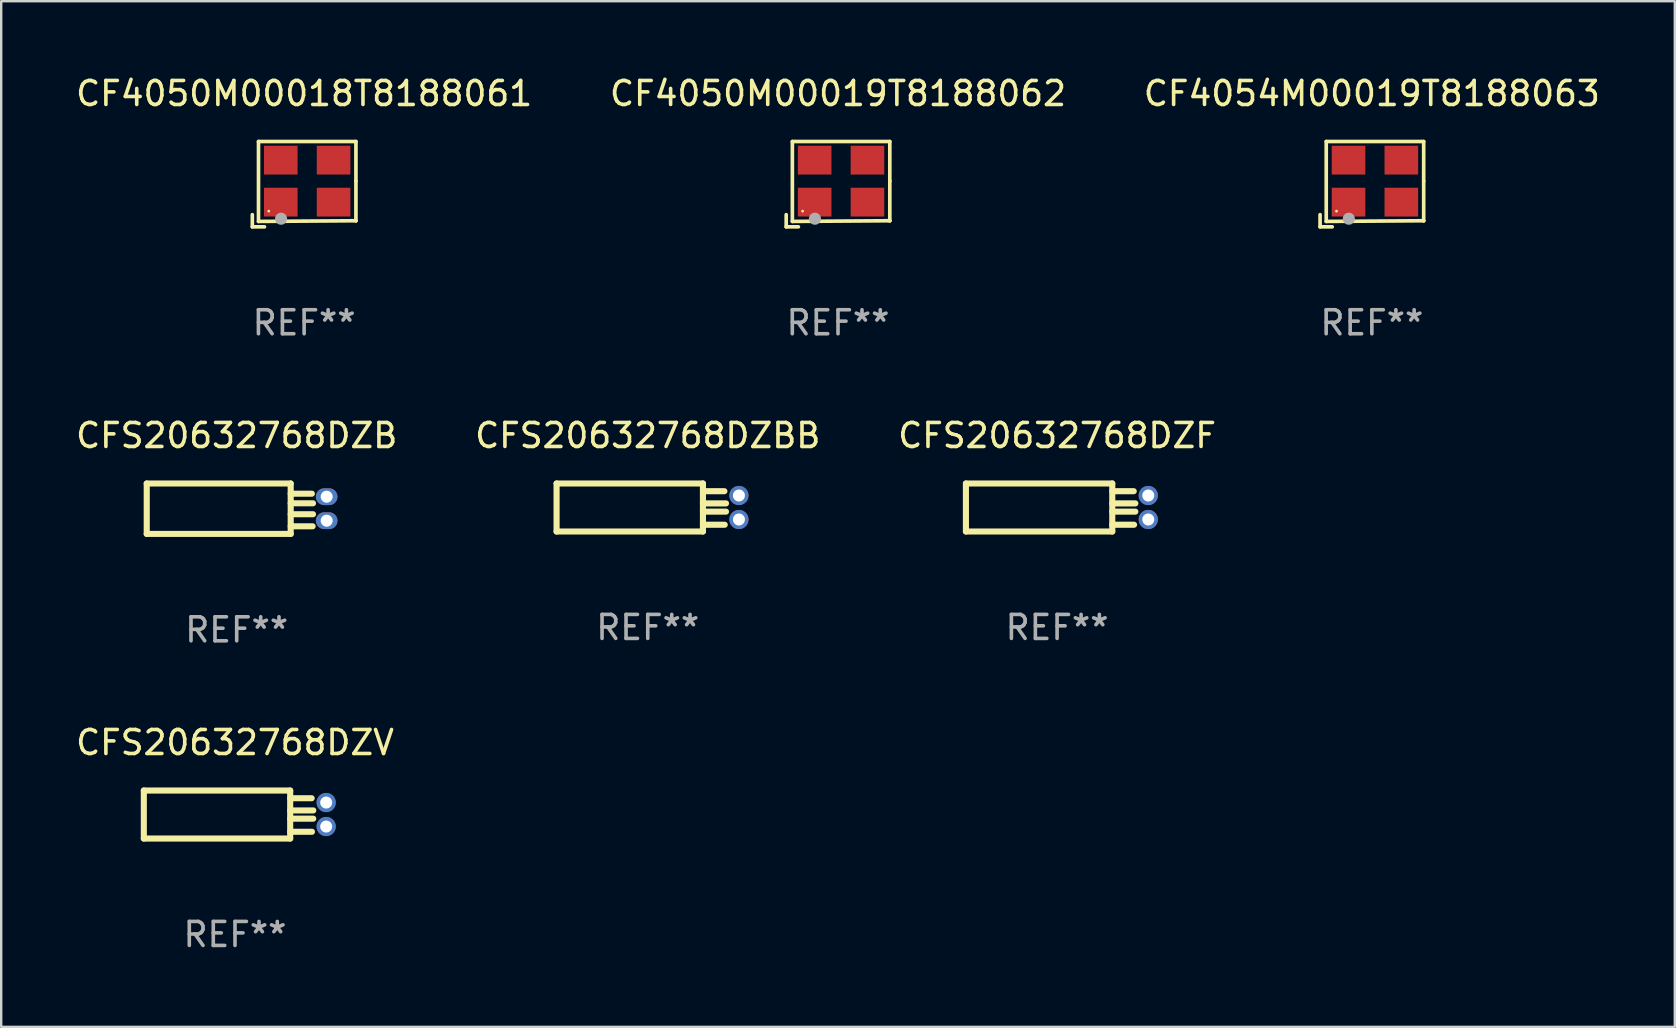
<source format=kicad_pcb>
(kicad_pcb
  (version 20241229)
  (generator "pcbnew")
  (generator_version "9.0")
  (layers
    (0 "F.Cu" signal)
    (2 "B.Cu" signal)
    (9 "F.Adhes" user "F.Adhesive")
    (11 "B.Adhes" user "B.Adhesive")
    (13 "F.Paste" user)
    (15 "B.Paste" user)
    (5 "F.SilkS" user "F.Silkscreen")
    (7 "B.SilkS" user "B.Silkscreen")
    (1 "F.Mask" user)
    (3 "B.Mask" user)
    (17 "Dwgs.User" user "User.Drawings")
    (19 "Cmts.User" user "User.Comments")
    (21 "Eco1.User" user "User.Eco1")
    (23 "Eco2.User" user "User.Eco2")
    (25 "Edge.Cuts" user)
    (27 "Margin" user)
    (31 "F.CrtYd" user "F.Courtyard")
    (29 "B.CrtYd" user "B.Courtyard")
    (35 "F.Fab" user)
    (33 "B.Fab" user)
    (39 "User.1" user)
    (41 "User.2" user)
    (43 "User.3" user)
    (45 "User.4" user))
  (footprint "CFS20632768DZBB"
    (layer "F.Cu")
    (at 23.946 18.101)
    (property "Reference" "CFS20632768DZBB" (at 0 -3 0) (layer "F.SilkS") (effects (font (size 1 1) (thickness 0.15))))
    (attr through_hole)
    (fp_line (start -3.8 1) (end -3.8 -1) (stroke (width 0.254) (type solid)) (layer "F.SilkS"))
    (fp_line (start 2.3 -1) (end -3.8 -1) (stroke (width 0.254) (type solid)) (layer "F.SilkS"))
    (fp_line (start 2.3 -1) (end 2.3 1) (stroke (width 0.254) (type solid)) (layer "F.SilkS"))
    (fp_line (start 2.3 -0.679) (end 3.195 -0.679) (stroke (width 0.254) (type solid)) (layer "F.SilkS"))
    (fp_line (start 2.3 -0.171) (end 3.262 -0.171) (stroke (width 0.254) (type solid)) (layer "F.SilkS"))
    (fp_line (start 2.3 0.172) (end 3.261 0.172) (stroke (width 0.254) (type solid)) (layer "F.SilkS"))
    (fp_line (start 2.3 0.718) (end 3.208 0.718) (stroke (width 0.254) (type solid)) (layer "F.SilkS"))
    (fp_line (start 2.3 1) (end -3.8 1) (stroke (width 0.254) (type solid)) (layer "F.SilkS"))
    (fp_circle (center -3.8 -1) (end -3.77 -1) (stroke (width 0.06) (type solid)) (fill no) (layer "F.SilkS"))
    (fp_text user "REF**" (at 0 5 0) (layer "F.Fab") (effects (font (size 1 1) (thickness 0.15))))
    (pad "1" thru_hole circle (at 3.8 -0.5) (size 0.8 0.8) (drill 0.5) (layers "*.Cu" "*.Mask"))
    (pad "2" thru_hole circle (at 3.8 0.5) (size 0.8 0.8) (drill 0.5) (layers "*.Cu" "*.Mask")))
  (footprint "CFS20632768DZB"
    (layer "F.Cu")
    (at 6.815 18.151)
    (property "Reference" "CFS20632768DZB" (at 0 -3.05 0) (layer "F.SilkS") (effects (font (size 1 1) (thickness 0.15))))
    (attr through_hole)
    (fp_line (start -3.75 -1.05) (end -3.75 1.05) (stroke (width 0.254) (type solid)) (layer "F.SilkS"))
    (fp_line (start 2.25 -1.05) (end -3.75 -1.05) (stroke (width 0.254) (type solid)) (layer "F.SilkS"))
    (fp_line (start 2.25 -1.05) (end 2.25 1.05) (stroke (width 0.254) (type solid)) (layer "F.SilkS"))
    (fp_line (start 2.25 -0.626) (end 3.132 -0.626) (stroke (width 0.254) (type solid)) (layer "F.SilkS"))
    (fp_line (start 2.25 -0.226) (end 3.181 -0.226) (stroke (width 0.254) (type solid)) (layer "F.SilkS"))
    (fp_line (start 2.25 0.23) (end 3.18 0.23) (stroke (width 0.254) (type solid)) (layer "F.SilkS"))
    (fp_line (start 2.25 0.733) (end 3.164 0.733) (stroke (width 0.254) (type solid)) (layer "F.SilkS"))
    (fp_line (start 2.25 1.05) (end -3.75 1.05) (stroke (width 0.254) (type solid)) (layer "F.SilkS"))
    (fp_circle (center -3.74 -0.98) (end -3.71 -0.98) (stroke (width 0.06) (type solid)) (fill no) (layer "F.SilkS"))
    (fp_text user "REF**" (at 0 5.05 0) (layer "F.Fab") (effects (font (size 1 1) (thickness 0.15))))
    (pad "1" thru_hole oval (at 3.75 -0.5) (size 0.9 0.7) (drill 0.5) (layers "*.Cu" "*.Mask"))
    (pad "2" thru_hole oval (at 3.75 0.5) (size 0.9 0.7) (drill 0.5) (layers "*.Cu" "*.Mask")))
  (footprint "CFS20632768DZV"
    (layer "F.Cu")
    (at 6.744 30.897)
    (property "Reference" "CFS20632768DZV" (at 0 -3 0) (layer "F.SilkS") (effects (font (size 1 1) (thickness 0.15))))
    (attr through_hole)
    (fp_line (start -3.8 1) (end -3.8 -1) (stroke (width 0.254) (type solid)) (layer "F.SilkS"))
    (fp_line (start 2.3 -1) (end -3.8 -1) (stroke (width 0.254) (type solid)) (layer "F.SilkS"))
    (fp_line (start 2.3 -1) (end 2.3 1) (stroke (width 0.254) (type solid)) (layer "F.SilkS"))
    (fp_line (start 2.3 -0.679) (end 3.195 -0.679) (stroke (width 0.254) (type solid)) (layer "F.SilkS"))
    (fp_line (start 2.3 -0.171) (end 3.262 -0.171) (stroke (width 0.254) (type solid)) (layer "F.SilkS"))
    (fp_line (start 2.3 0.172) (end 3.261 0.172) (stroke (width 0.254) (type solid)) (layer "F.SilkS"))
    (fp_line (start 2.3 0.718) (end 3.208 0.718) (stroke (width 0.254) (type solid)) (layer "F.SilkS"))
    (fp_line (start 2.3 1) (end -3.8 1) (stroke (width 0.254) (type solid)) (layer "F.SilkS"))
    (fp_circle (center -3.8 -1) (end -3.77 -1) (stroke (width 0.06) (type solid)) (fill no) (layer "F.SilkS"))
    (fp_text user "REF**" (at 0 5 0) (layer "F.Fab") (effects (font (size 1 1) (thickness 0.15))))
    (pad "1" thru_hole circle (at 3.8 -0.5) (size 0.8 0.8) (drill 0.5) (layers "*.Cu" "*.Mask"))
    (pad "2" thru_hole circle (at 3.8 0.5) (size 0.8 0.8) (drill 0.5) (layers "*.Cu" "*.Mask")))
  (footprint "CF4050M00018T8188061"
    (layer "F.Cu")
    (at 9.625 4.626)
    (property "Reference" "CF4050M00018T8188061" (at 0 -3.778 0) (layer "F.SilkS") (effects (font (size 1 1) (thickness 0.15))))
    (attr through_hole)
    (fp_line (start -2.159 1.27) (end -2.159 1.778) (stroke (width 0.152) (type solid)) (layer "F.SilkS"))
    (fp_line (start -2.159 1.778) (end -1.651 1.778) (stroke (width 0.152) (type solid)) (layer "F.SilkS"))
    (fp_line (start -1.902 -1.778) (end 2.159 -1.778) (stroke (width 0.152) (type solid)) (layer "F.SilkS"))
    (fp_line (start -1.902 1.552) (end -1.902 -1.778) (stroke (width 0.152) (type solid)) (layer "F.SilkS"))
    (fp_line (start 2.159 -1.778) (end 2.159 -0.127) (stroke (width 0.152) (type solid)) (layer "F.SilkS"))
    (fp_line (start 2.159 -0.127) (end 2.159 1.524) (stroke (width 0.152) (type solid)) (layer "F.SilkS"))
    (fp_line (start 2.159 1.524) (end -1.902 1.552) (stroke (width 0.152) (type solid)) (layer "F.SilkS"))
    (fp_line (start 2.159 1.524) (end 2.159 1.524) (stroke (width 0.152) (type solid)) (layer "F.SilkS"))
    (fp_circle (center -1.473 1.123) (end -1.443 1.123) (stroke (width 0.06) (type solid)) (fill no) (layer "F.SilkS"))
    (fp_circle (center -0.961 1.44) (end -0.834 1.44) (stroke (width 0.254) (type solid)) (fill no) (layer "F.Fab"))
    (fp_text user "REF**" (at 0 5.778 0) (layer "F.Fab") (effects (font (size 1 1) (thickness 0.15))))
    (pad "1" smd rect (at -0.973 0.748) (size 1.4 1.2) (layers "F.Cu" "F.Mask" "F.Paste"))
    (pad "2" smd rect (at 1.227 0.748) (size 1.4 1.2) (layers "F.Cu" "F.Mask" "F.Paste"))
    (pad "3" smd rect (at 1.227 -1.002) (size 1.4 1.2) (layers "F.Cu" "F.Mask" "F.Paste"))
    (pad "4" smd rect (at -0.973 -1.002) (size 1.4 1.2) (layers "F.Cu" "F.Mask" "F.Paste")))
  (footprint "CF4050M00019T8188062"
    (layer "F.Cu")
    (at 31.875 4.626)
    (property "Reference" "CF4050M00019T8188062" (at 0 -3.778 0) (layer "F.SilkS") (effects (font (size 1 1) (thickness 0.15))))
    (attr through_hole)
    (fp_line (start -2.159 1.27) (end -2.159 1.778) (stroke (width 0.152) (type solid)) (layer "F.SilkS"))
    (fp_line (start -2.159 1.778) (end -1.651 1.778) (stroke (width 0.152) (type solid)) (layer "F.SilkS"))
    (fp_line (start -1.902 -1.778) (end 2.159 -1.778) (stroke (width 0.152) (type solid)) (layer "F.SilkS"))
    (fp_line (start -1.902 1.552) (end -1.902 -1.778) (stroke (width 0.152) (type solid)) (layer "F.SilkS"))
    (fp_line (start 2.159 -1.778) (end 2.159 -0.127) (stroke (width 0.152) (type solid)) (layer "F.SilkS"))
    (fp_line (start 2.159 -0.127) (end 2.159 1.524) (stroke (width 0.152) (type solid)) (layer "F.SilkS"))
    (fp_line (start 2.159 1.524) (end -1.902 1.552) (stroke (width 0.152) (type solid)) (layer "F.SilkS"))
    (fp_line (start 2.159 1.524) (end 2.159 1.524) (stroke (width 0.152) (type solid)) (layer "F.SilkS"))
    (fp_circle (center -1.473 1.123) (end -1.443 1.123) (stroke (width 0.06) (type solid)) (fill no) (layer "F.SilkS"))
    (fp_circle (center -0.961 1.44) (end -0.834 1.44) (stroke (width 0.254) (type solid)) (fill no) (layer "F.Fab"))
    (fp_text user "REF**" (at 0 5.778 0) (layer "F.Fab") (effects (font (size 1 1) (thickness 0.15))))
    (pad "1" smd rect (at -0.973 0.748) (size 1.4 1.2) (layers "F.Cu" "F.Mask" "F.Paste"))
    (pad "2" smd rect (at 1.227 0.748) (size 1.4 1.2) (layers "F.Cu" "F.Mask" "F.Paste"))
    (pad "3" smd rect (at 1.227 -1.002) (size 1.4 1.2) (layers "F.Cu" "F.Mask" "F.Paste"))
    (pad "4" smd rect (at -0.973 -1.002) (size 1.4 1.2) (layers "F.Cu" "F.Mask" "F.Paste")))
  (footprint "CF4054M00019T8188063"
    (layer "F.Cu")
    (at 54.125 4.626)
    (property "Reference" "CF4054M00019T8188063" (at 0 -3.778 0) (layer "F.SilkS") (effects (font (size 1 1) (thickness 0.15))))
    (attr through_hole)
    (fp_line (start -2.159 1.27) (end -2.159 1.778) (stroke (width 0.152) (type solid)) (layer "F.SilkS"))
    (fp_line (start -2.159 1.778) (end -1.651 1.778) (stroke (width 0.152) (type solid)) (layer "F.SilkS"))
    (fp_line (start -1.902 -1.778) (end 2.159 -1.778) (stroke (width 0.152) (type solid)) (layer "F.SilkS"))
    (fp_line (start -1.902 1.552) (end -1.902 -1.778) (stroke (width 0.152) (type solid)) (layer "F.SilkS"))
    (fp_line (start 2.159 -1.778) (end 2.159 -0.127) (stroke (width 0.152) (type solid)) (layer "F.SilkS"))
    (fp_line (start 2.159 -0.127) (end 2.159 1.524) (stroke (width 0.152) (type solid)) (layer "F.SilkS"))
    (fp_line (start 2.159 1.524) (end -1.902 1.552) (stroke (width 0.152) (type solid)) (layer "F.SilkS"))
    (fp_line (start 2.159 1.524) (end 2.159 1.524) (stroke (width 0.152) (type solid)) (layer "F.SilkS"))
    (fp_circle (center -1.473 1.123) (end -1.443 1.123) (stroke (width 0.06) (type solid)) (fill no) (layer "F.SilkS"))
    (fp_circle (center -0.961 1.44) (end -0.834 1.44) (stroke (width 0.254) (type solid)) (fill no) (layer "F.Fab"))
    (fp_text user "REF**" (at 0 5.778 0) (layer "F.Fab") (effects (font (size 1 1) (thickness 0.15))))
    (pad "1" smd rect (at -0.973 0.748) (size 1.4 1.2) (layers "F.Cu" "F.Mask" "F.Paste"))
    (pad "2" smd rect (at 1.227 0.748) (size 1.4 1.2) (layers "F.Cu" "F.Mask" "F.Paste"))
    (pad "3" smd rect (at 1.227 -1.002) (size 1.4 1.2) (layers "F.Cu" "F.Mask" "F.Paste"))
    (pad "4" smd rect (at -0.973 -1.002) (size 1.4 1.2) (layers "F.Cu" "F.Mask" "F.Paste")))
  (footprint "CFS20632768DZF"
    (layer "F.Cu")
    (at 41.006 18.101)
    (property "Reference" "CFS20632768DZF" (at 0 -3 0) (layer "F.SilkS") (effects (font (size 1 1) (thickness 0.15))))
    (attr through_hole)
    (fp_line (start -3.8 1) (end -3.8 -1) (stroke (width 0.254) (type solid)) (layer "F.SilkS"))
    (fp_line (start 2.3 -1) (end -3.8 -1) (stroke (width 0.254) (type solid)) (layer "F.SilkS"))
    (fp_line (start 2.3 -1) (end 2.3 1) (stroke (width 0.254) (type solid)) (layer "F.SilkS"))
    (fp_line (start 2.3 -0.679) (end 3.195 -0.679) (stroke (width 0.254) (type solid)) (layer "F.SilkS"))
    (fp_line (start 2.3 -0.171) (end 3.262 -0.171) (stroke (width 0.254) (type solid)) (layer "F.SilkS"))
    (fp_line (start 2.3 0.172) (end 3.261 0.172) (stroke (width 0.254) (type solid)) (layer "F.SilkS"))
    (fp_line (start 2.3 0.718) (end 3.208 0.718) (stroke (width 0.254) (type solid)) (layer "F.SilkS"))
    (fp_line (start 2.3 1) (end -3.8 1) (stroke (width 0.254) (type solid)) (layer "F.SilkS"))
    (fp_circle (center -3.8 -1) (end -3.77 -1) (stroke (width 0.06) (type solid)) (fill no) (layer "F.SilkS"))
    (fp_text user "REF**" (at 0 5 0) (layer "F.Fab") (effects (font (size 1 1) (thickness 0.15))))
    (pad "1" thru_hole circle (at 3.8 -0.5) (size 0.8 0.8) (drill 0.5) (layers "*.Cu" "*.Mask"))
    (pad "2" thru_hole circle (at 3.8 0.5) (size 0.8 0.8) (drill 0.5) (layers "*.Cu" "*.Mask")))
  (gr_rect
    (start -3 -3)
    (end 66.75 39.746)
    (stroke (width 0.1) (type default))
    (fill no)
    (layer "Edge.Cuts")))
</source>
